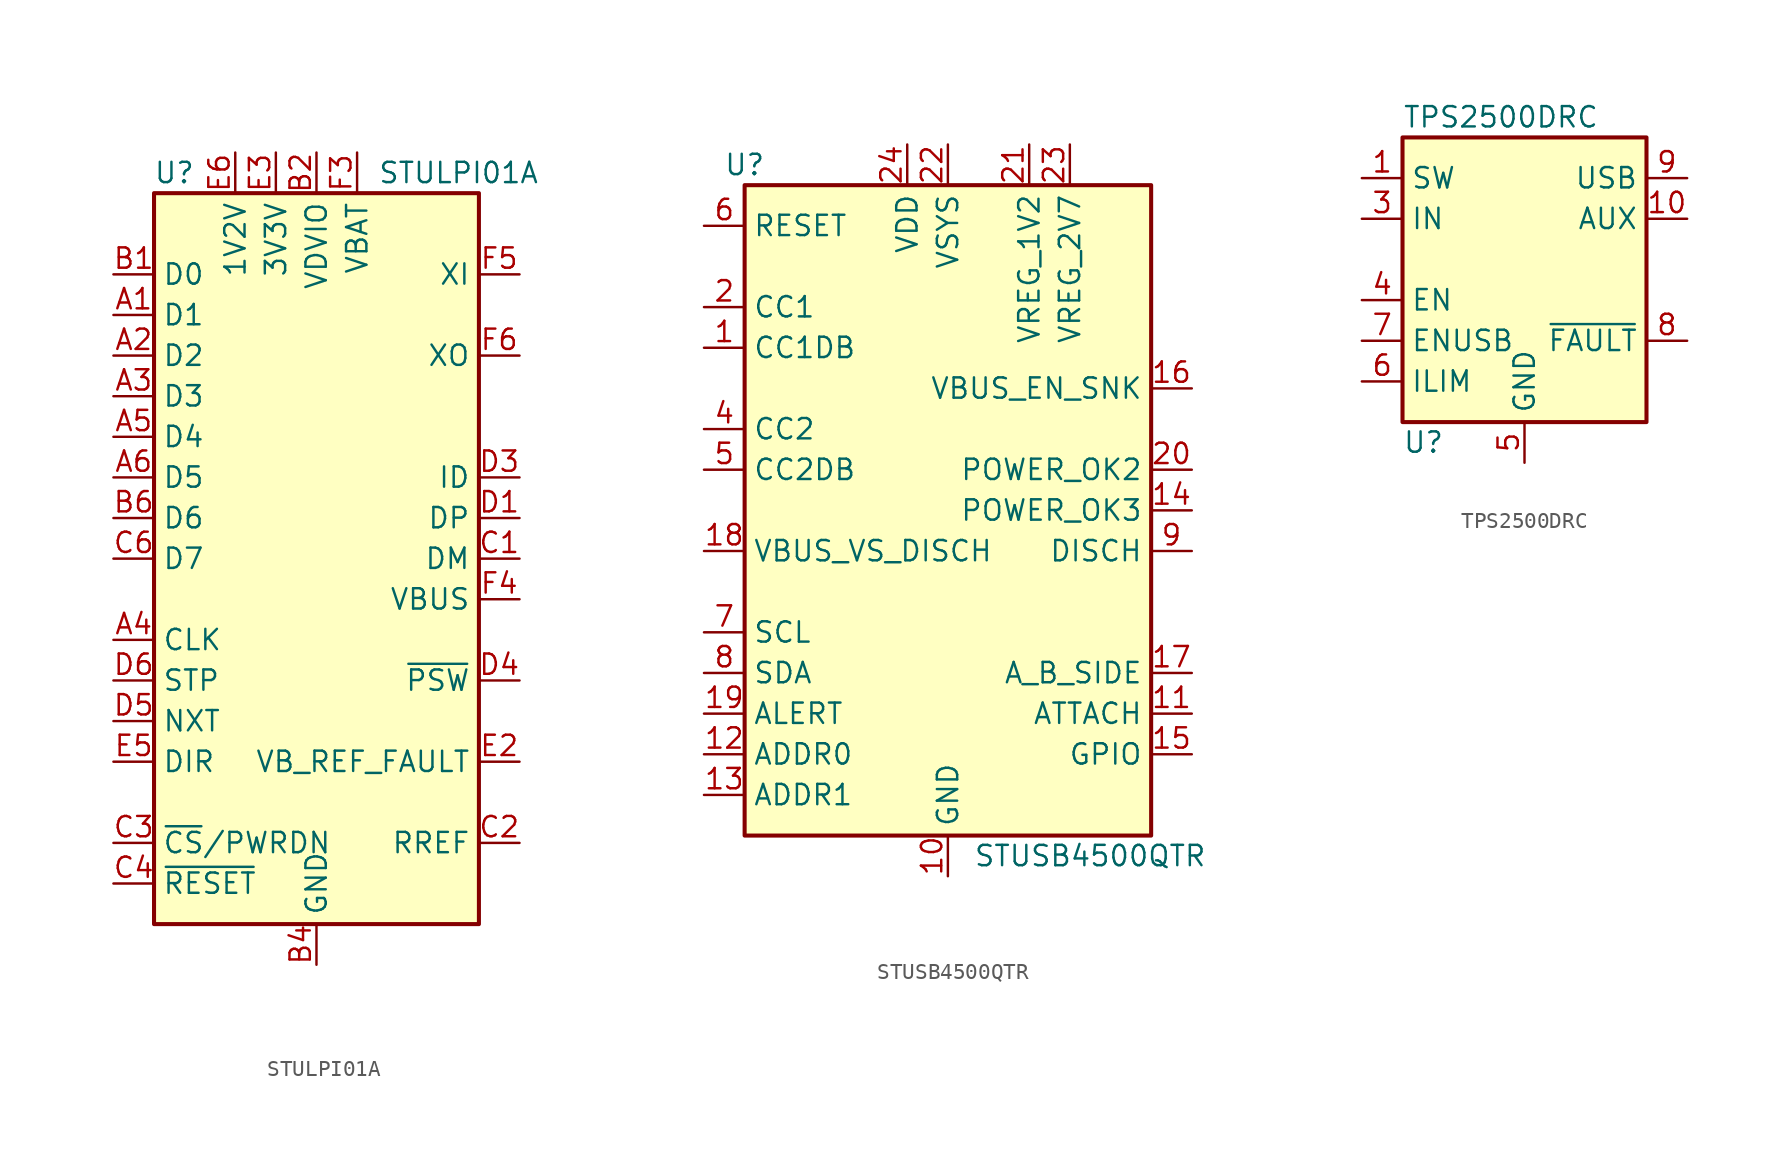
<source format=kicad_sym>
(kicad_symbol_lib
  (version 20241209)
  (generator "kicad_symbol_editor")
  (generator_version "9.0")
  (symbol "STULPI01A"
    (property "Reference" "U"
      (at -8.89 24.13 0)
      (effects (font (size 1.27 1.27))))
    (property "Value" "STULPI01A"
      (at 8.89 24.13 0)
      (effects (font (size 1.27 1.27))))
    (symbol "STULPI01A_0_1"
      (rectangle (start 10.16 -22.86) (end -10.16 22.86) (stroke (width 0.254) (type default)) (fill (type background))))
    (symbol "STULPI01A_1_1"
      (pin bidirectional line (at -12.7 17.78 0) (length 2.54) (name "D0" (effects (font (size 1.27 1.27)))) (number "B1" (effects (font (size 1.27 1.27)))))
      (pin bidirectional line (at -12.7 15.24 0) (length 2.54) (name "D1" (effects (font (size 1.27 1.27)))) (number "A1" (effects (font (size 1.27 1.27)))))
      (pin bidirectional line (at -12.7 12.7 0) (length 2.54) (name "D2" (effects (font (size 1.27 1.27)))) (number "A2" (effects (font (size 1.27 1.27)))))
      (pin bidirectional line (at -12.7 10.16 0) (length 2.54) (name "D3" (effects (font (size 1.27 1.27)))) (number "A3" (effects (font (size 1.27 1.27)))))
      (pin bidirectional line (at -12.7 7.62 0) (length 2.54) (name "D4" (effects (font (size 1.27 1.27)))) (number "A5" (effects (font (size 1.27 1.27)))))
      (pin bidirectional line (at -12.7 5.08 0) (length 2.54) (name "D5" (effects (font (size 1.27 1.27)))) (number "A6" (effects (font (size 1.27 1.27)))))
      (pin bidirectional line (at -12.7 2.54 0) (length 2.54) (name "D6" (effects (font (size 1.27 1.27)))) (number "B6" (effects (font (size 1.27 1.27)))))
      (pin bidirectional line (at -12.7 0 0) (length 2.54) (name "D7" (effects (font (size 1.27 1.27)))) (number "C6" (effects (font (size 1.27 1.27)))))
      (pin output line (at -12.7 -5.08 0) (length 2.54) (name "CLK" (effects (font (size 1.27 1.27)))) (number "A4" (effects (font (size 1.27 1.27)))))
      (pin input line (at -12.7 -7.62 0) (length 2.54) (name "STP" (effects (font (size 1.27 1.27)))) (number "D6" (effects (font (size 1.27 1.27)))))
      (pin output line (at -12.7 -10.16 0) (length 2.54) (name "NXT" (effects (font (size 1.27 1.27)))) (number "D5" (effects (font (size 1.27 1.27)))))
      (pin output line (at -12.7 -12.7 0) (length 2.54) (name "DIR" (effects (font (size 1.27 1.27)))) (number "E5" (effects (font (size 1.27 1.27)))))
      (pin input line (at -12.7 -17.78 0) (length 2.54) (name "~{CS}/PWRDN" (effects (font (size 1.27 1.27)))) (number "C3" (effects (font (size 1.27 1.27)))))
      (pin input line (at -12.7 -20.32 0) (length 2.54) (name "~{RESET}" (effects (font (size 1.27 1.27)))) (number "C4" (effects (font (size 1.27 1.27)))))
      (pin no_connect line (at -10.16 -2.54 0) (length 2.54) (hide yes) (name "NC" (effects (font (size 1.27 1.27)))) (number "F1" (effects (font (size 1.27 1.27)))))
      (pin no_connect line (at -10.16 -15.24 0) (length 2.54) (hide yes) (name "NC" (effects (font (size 1.27 1.27)))) (number "F2" (effects (font (size 1.27 1.27)))))
      (pin passive line (at -5.08 25.4 270) (length 2.54) (name "1V2V" (effects (font (size 1.27 1.27)))) (number "E6" (effects (font (size 1.27 1.27)))))
      (pin passive line (at -2.54 25.4 270) (length 2.54) (name "3V3V" (effects (font (size 1.27 1.27)))) (number "E3" (effects (font (size 1.27 1.27)))))
      (pin power_in line (at 0 25.4 270) (length 2.54) (name "VDVIO" (effects (font (size 1.27 1.27)))) (number "B2" (effects (font (size 1.27 1.27)))))
      (pin passive line (at 0 25.4 270) (length 2.54) (hide yes) (name "VDVIO" (effects (font (size 1.27 1.27)))) (number "B3" (effects (font (size 1.27 1.27)))))
      (pin passive line (at 0 25.4 270) (length 2.54) (hide yes) (name "VDVIO" (effects (font (size 1.27 1.27)))) (number "B5" (effects (font (size 1.27 1.27)))))
      (pin power_in line (at 0 -25.4 90) (length 2.54) (name "GND" (effects (font (size 1.27 1.27)))) (number "B4" (effects (font (size 1.27 1.27)))))
      (pin passive line (at 0 -25.4 90) (length 2.54) (hide yes) (name "GND" (effects (font (size 1.27 1.27)))) (number "C5" (effects (font (size 1.27 1.27)))))
      (pin passive line (at 0 -25.4 90) (length 2.54) (hide yes) (name "GND" (effects (font (size 1.27 1.27)))) (number "D2" (effects (font (size 1.27 1.27)))))
      (pin passive line (at 0 -25.4 90) (length 2.54) (hide yes) (name "GND" (effects (font (size 1.27 1.27)))) (number "E1" (effects (font (size 1.27 1.27)))))
      (pin passive line (at 0 -25.4 90) (length 2.54) (hide yes) (name "GND" (effects (font (size 1.27 1.27)))) (number "E4" (effects (font (size 1.27 1.27)))))
      (pin power_in line (at 2.54 25.4 270) (length 2.54) (name "VBAT" (effects (font (size 1.27 1.27)))) (number "F3" (effects (font (size 1.27 1.27)))))
      (pin input line (at 12.7 17.78 180) (length 2.54) (name "XI" (effects (font (size 1.27 1.27)))) (number "F5" (effects (font (size 1.27 1.27)))))
      (pin output line (at 12.7 12.7 180) (length 2.54) (name "XO" (effects (font (size 1.27 1.27)))) (number "F6" (effects (font (size 1.27 1.27)))))
      (pin input line (at 12.7 5.08 180) (length 2.54) (name "ID" (effects (font (size 1.27 1.27)))) (number "D3" (effects (font (size 1.27 1.27)))))
      (pin bidirectional line (at 12.7 2.54 180) (length 2.54) (name "DP" (effects (font (size 1.27 1.27)))) (number "D1" (effects (font (size 1.27 1.27)))))
      (pin bidirectional line (at 12.7 0 180) (length 2.54) (name "DM" (effects (font (size 1.27 1.27)))) (number "C1" (effects (font (size 1.27 1.27)))))
      (pin bidirectional line (at 12.7 -2.54 180) (length 2.54) (name "VBUS" (effects (font (size 1.27 1.27)))) (number "F4" (effects (font (size 1.27 1.27)))))
      (pin output line (at 12.7 -7.62 180) (length 2.54) (name "~{PSW}" (effects (font (size 1.27 1.27)))) (number "D4" (effects (font (size 1.27 1.27)))))
      (pin input line (at 12.7 -12.7 180) (length 2.54) (name "VB_REF_FAULT" (effects (font (size 1.27 1.27)))) (number "E2" (effects (font (size 1.27 1.27)))))
      (pin passive line (at 12.7 -17.78 180) (length 2.54) (name "RREF" (effects (font (size 1.27 1.27)))) (number "C2" (effects (font (size 1.27 1.27)))))))
  (symbol "STUSB4500QTR"
    (property "Reference" "U"
      (at -12.7 21.59 0)
      (effects (font (size 1.27 1.27))))
    (property "Value" "STUSB4500QTR"
      (at 8.89 -21.59 0)
      (effects (font (size 1.27 1.27))))
    (symbol "STUSB4500QTR_0_1"
      (rectangle (start -12.7 20.32) (end 12.7 -20.32) (stroke (width 0.254) (type default)) (fill (type background))))
    (symbol "STUSB4500QTR_1_1"
      (pin input line (at -15.24 17.78 0) (length 2.54) (name "RESET" (effects (font (size 1.27 1.27)))) (number "6" (effects (font (size 1.27 1.27)))))
      (pin bidirectional line (at -15.24 12.7 0) (length 2.54) (name "CC1" (effects (font (size 1.27 1.27)))) (number "2" (effects (font (size 1.27 1.27)))))
      (pin bidirectional line (at -15.24 10.16 0) (length 2.54) (name "CC1DB" (effects (font (size 1.27 1.27)))) (number "1" (effects (font (size 1.27 1.27)))))
      (pin bidirectional line (at -15.24 5.08 0) (length 2.54) (name "CC2" (effects (font (size 1.27 1.27)))) (number "4" (effects (font (size 1.27 1.27)))))
      (pin bidirectional line (at -15.24 2.54 0) (length 2.54) (name "CC2DB" (effects (font (size 1.27 1.27)))) (number "5" (effects (font (size 1.27 1.27)))))
      (pin input line (at -15.24 -2.54 0) (length 2.54) (name "VBUS_VS_DISCH" (effects (font (size 1.27 1.27)))) (number "18" (effects (font (size 1.27 1.27)))))
      (pin input line (at -15.24 -7.62 0) (length 2.54) (name "SCL" (effects (font (size 1.27 1.27)))) (number "7" (effects (font (size 1.27 1.27)))))
      (pin bidirectional line (at -15.24 -10.16 0) (length 2.54) (name "SDA" (effects (font (size 1.27 1.27)))) (number "8" (effects (font (size 1.27 1.27)))))
      (pin open_collector line (at -15.24 -12.7 0) (length 2.54) (name "ALERT" (effects (font (size 1.27 1.27)))) (number "19" (effects (font (size 1.27 1.27)))))
      (pin input line (at -15.24 -15.24 0) (length 2.54) (name "ADDR0" (effects (font (size 1.27 1.27)))) (number "12" (effects (font (size 1.27 1.27)))))
      (pin input line (at -15.24 -17.78 0) (length 2.54) (name "ADDR1" (effects (font (size 1.27 1.27)))) (number "13" (effects (font (size 1.27 1.27)))))
      (pin no_connect line (at -12.7 15.24 0) (length 2.54) (hide yes) (name "NC" (effects (font (size 1.27 1.27)))) (number "3" (effects (font (size 1.27 1.27)))))
      (pin power_in line (at -2.54 22.86 270) (length 2.54) (name "VDD" (effects (font (size 1.27 1.27)))) (number "24" (effects (font (size 1.27 1.27)))))
      (pin power_in line (at 0 22.86 270) (length 2.54) (name "VSYS" (effects (font (size 1.27 1.27)))) (number "22" (effects (font (size 1.27 1.27)))))
      (pin power_in line (at 0 -22.86 90) (length 2.54) (name "GND" (effects (font (size 1.27 1.27)))) (number "10" (effects (font (size 1.27 1.27)))))
      (pin passive line (at 0 -22.86 90) (length 2.54) (hide yes) (name "GND" (effects (font (size 1.27 1.27)))) (number "25" (effects (font (size 1.27 1.27)))))
      (pin power_out line (at 5.08 22.86 270) (length 2.54) (name "VREG_1V2" (effects (font (size 1.27 1.27)))) (number "21" (effects (font (size 1.27 1.27)))))
      (pin power_out line (at 7.62 22.86 270) (length 2.54) (name "VREG_2V7" (effects (font (size 1.27 1.27)))) (number "23" (effects (font (size 1.27 1.27)))))
      (pin open_collector line (at 15.24 7.62 180) (length 2.54) (name "VBUS_EN_SNK" (effects (font (size 1.27 1.27)))) (number "16" (effects (font (size 1.27 1.27)))))
      (pin open_collector line (at 15.24 2.54 180) (length 2.54) (name "POWER_OK2" (effects (font (size 1.27 1.27)))) (number "20" (effects (font (size 1.27 1.27)))))
      (pin open_collector line (at 15.24 0 180) (length 2.54) (name "POWER_OK3" (effects (font (size 1.27 1.27)))) (number "14" (effects (font (size 1.27 1.27)))))
      (pin bidirectional line (at 15.24 -2.54 180) (length 2.54) (name "DISCH" (effects (font (size 1.27 1.27)))) (number "9" (effects (font (size 1.27 1.27)))))
      (pin open_collector line (at 15.24 -10.16 180) (length 2.54) (name "A_B_SIDE" (effects (font (size 1.27 1.27)))) (number "17" (effects (font (size 1.27 1.27)))))
      (pin open_collector line (at 15.24 -12.7 180) (length 2.54) (name "ATTACH" (effects (font (size 1.27 1.27)))) (number "11" (effects (font (size 1.27 1.27)))))
      (pin open_collector line (at 15.24 -15.24 180) (length 2.54) (name "GPIO" (effects (font (size 1.27 1.27)))) (number "15" (effects (font (size 1.27 1.27)))))))
  (symbol "TPS2500DRC"
    (property "Reference" "U"
      (at -7.62 -11.43 0)
      (effects (font (size 1.27 1.27)) (justify left)))
    (property "Value" "TPS2500DRC"
      (at -7.62 8.89 0)
      (effects (font (size 1.27 1.27)) (justify left)))
    (symbol "TPS2500DRC_0_1"
      (rectangle (start -7.62 7.62) (end 7.62 -10.16) (stroke (width 0.254) (type default)) (fill (type background))))
    (symbol "TPS2500DRC_1_1"
      (pin power_in line (at -10.16 5.08 0) (length 2.54) (name "SW" (effects (font (size 1.27 1.27)))) (number "1" (effects (font (size 1.27 1.27)))))
      (pin power_in line (at -10.16 2.54 0) (length 2.54) (name "IN" (effects (font (size 1.27 1.27)))) (number "3" (effects (font (size 1.27 1.27)))))
      (pin input line (at -10.16 -2.54 0) (length 2.54) (name "EN" (effects (font (size 1.27 1.27)))) (number "4" (effects (font (size 1.27 1.27)))))
      (pin input line (at -10.16 -5.08 0) (length 2.54) (name "ENUSB" (effects (font (size 1.27 1.27)))) (number "7" (effects (font (size 1.27 1.27)))))
      (pin passive line (at -10.16 -7.62 0) (length 2.54) (name "ILIM" (effects (font (size 1.27 1.27)))) (number "6" (effects (font (size 1.27 1.27)))))
      (pin passive line (at 0 -12.7 90) (length 2.54) (hide yes) (name "GND" (effects (font (size 1.27 1.27)))) (number "11" (effects (font (size 1.27 1.27)))))
      (pin passive line (at 0 -12.7 90) (length 2.54) (hide yes) (name "GND" (effects (font (size 1.27 1.27)))) (number "2" (effects (font (size 1.27 1.27)))))
      (pin power_in line (at 0 -12.7 90) (length 2.54) (name "GND" (effects (font (size 1.27 1.27)))) (number "5" (effects (font (size 1.27 1.27)))))
      (pin power_out line (at 10.16 5.08 180) (length 2.54) (name "USB" (effects (font (size 1.27 1.27)))) (number "9" (effects (font (size 1.27 1.27)))))
      (pin power_out line (at 10.16 2.54 180) (length 2.54) (name "AUX" (effects (font (size 1.27 1.27)))) (number "10" (effects (font (size 1.27 1.27)))))
      (pin open_collector line (at 10.16 -5.08 180) (length 2.54) (name "~{FAULT}" (effects (font (size 1.27 1.27)))) (number "8" (effects (font (size 1.27 1.27))))))))
</source>
